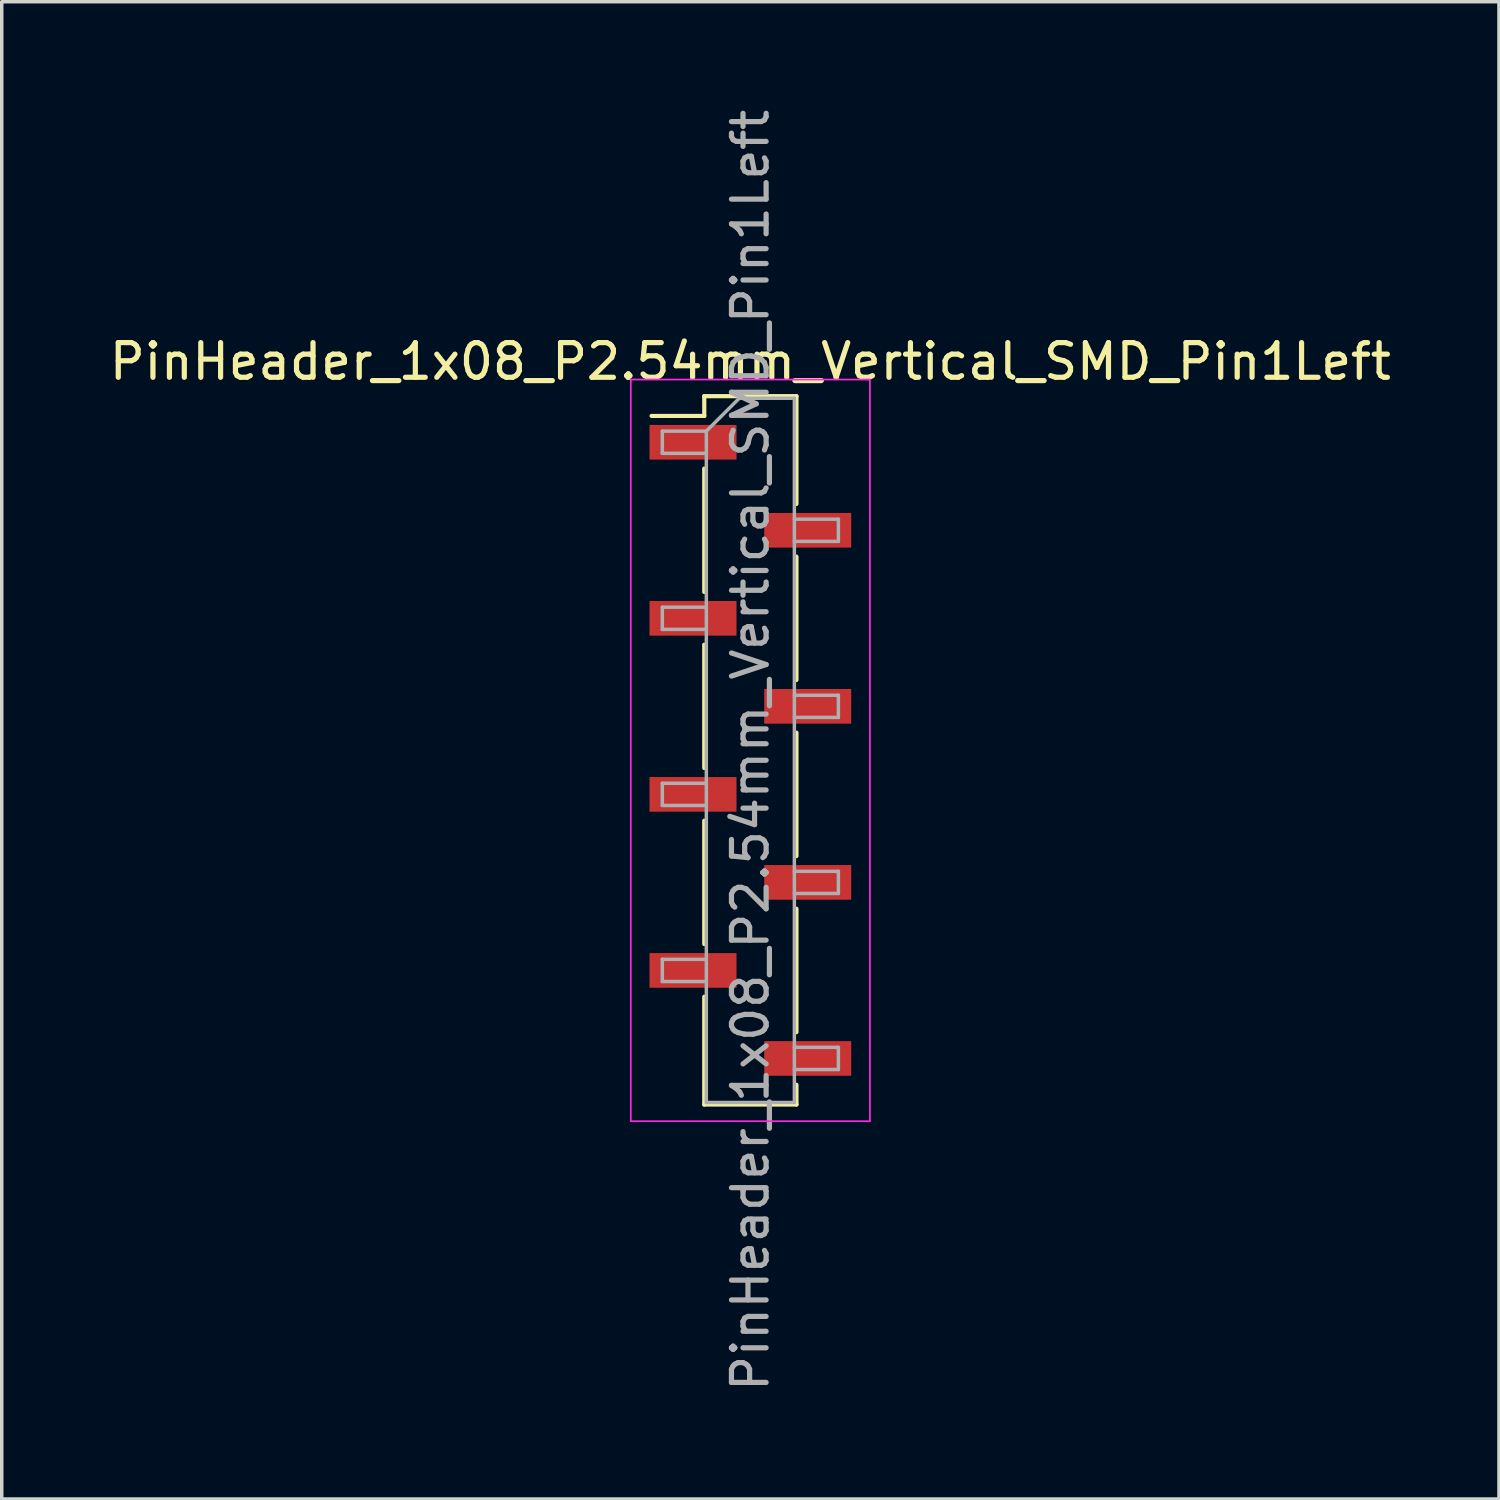
<source format=kicad_pcb>
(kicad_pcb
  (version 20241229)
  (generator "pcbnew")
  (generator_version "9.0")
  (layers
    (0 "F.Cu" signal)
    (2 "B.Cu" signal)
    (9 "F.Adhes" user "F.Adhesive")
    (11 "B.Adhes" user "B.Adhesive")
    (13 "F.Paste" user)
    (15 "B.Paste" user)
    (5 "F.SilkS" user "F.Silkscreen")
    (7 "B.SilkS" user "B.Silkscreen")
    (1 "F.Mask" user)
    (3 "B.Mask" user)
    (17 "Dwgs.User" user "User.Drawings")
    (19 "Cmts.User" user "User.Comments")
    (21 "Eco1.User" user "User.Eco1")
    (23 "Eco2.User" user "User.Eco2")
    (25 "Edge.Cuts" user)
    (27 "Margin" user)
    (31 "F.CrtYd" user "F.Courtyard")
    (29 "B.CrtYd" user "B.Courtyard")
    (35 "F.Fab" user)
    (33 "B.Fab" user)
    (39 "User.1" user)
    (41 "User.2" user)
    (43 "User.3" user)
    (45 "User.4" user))
  (footprint "PinHeader_1x08_P2.54mm_Vertical_SMD_Pin1Left"
    (layer "F.Cu")
    (at 18.601 18.601)
    (property "Reference" "PinHeader_1x08_P2.54mm_Vertical_SMD_Pin1Left" (at 0 -11.22 0) (layer "F.SilkS") (effects (font (size 1 1) (thickness 0.15))))
    (attr smd)
    (fp_line (start -1.33 -10.22) (end -1.33 -9.65) (stroke (width 0.12) (type solid)) (layer "F.SilkS"))
    (fp_line (start -1.33 -10.22) (end 1.33 -10.22) (stroke (width 0.12) (type solid)) (layer "F.SilkS"))
    (fp_line (start -1.33 -9.65) (end -2.85 -9.65) (stroke (width 0.12) (type solid)) (layer "F.SilkS"))
    (fp_line (start -1.33 -8.13) (end -1.33 -4.57) (stroke (width 0.12) (type solid)) (layer "F.SilkS"))
    (fp_line (start -1.33 -3.05) (end -1.33 0.51) (stroke (width 0.12) (type solid)) (layer "F.SilkS"))
    (fp_line (start -1.33 2.03) (end -1.33 5.59) (stroke (width 0.12) (type solid)) (layer "F.SilkS"))
    (fp_line (start -1.33 7.11) (end -1.33 10.22) (stroke (width 0.12) (type solid)) (layer "F.SilkS"))
    (fp_line (start -1.33 10.22) (end 1.33 10.22) (stroke (width 0.12) (type solid)) (layer "F.SilkS"))
    (fp_line (start 1.33 -10.22) (end 1.33 -7.11) (stroke (width 0.12) (type solid)) (layer "F.SilkS"))
    (fp_line (start 1.33 -5.59) (end 1.33 -2.03) (stroke (width 0.12) (type solid)) (layer "F.SilkS"))
    (fp_line (start 1.33 -0.51) (end 1.33 3.05) (stroke (width 0.12) (type solid)) (layer "F.SilkS"))
    (fp_line (start 1.33 4.57) (end 1.33 8.13) (stroke (width 0.12) (type solid)) (layer "F.SilkS"))
    (fp_line (start 1.33 9.65) (end 1.33 10.22) (stroke (width 0.12) (type solid)) (layer "F.SilkS"))
    (fp_line (start -3.45 -10.7) (end -3.45 10.7) (stroke (width 0.05) (type solid)) (layer "F.CrtYd"))
    (fp_line (start -3.45 10.7) (end 3.45 10.7) (stroke (width 0.05) (type solid)) (layer "F.CrtYd"))
    (fp_line (start 3.45 -10.7) (end -3.45 -10.7) (stroke (width 0.05) (type solid)) (layer "F.CrtYd"))
    (fp_line (start 3.45 10.7) (end 3.45 -10.7) (stroke (width 0.05) (type solid)) (layer "F.CrtYd"))
    (fp_line (start -2.54 -9.21) (end -2.54 -8.57) (stroke (width 0.1) (type solid)) (layer "F.Fab"))
    (fp_line (start -2.54 -8.57) (end -1.27 -8.57) (stroke (width 0.1) (type solid)) (layer "F.Fab"))
    (fp_line (start -2.54 -4.13) (end -2.54 -3.49) (stroke (width 0.1) (type solid)) (layer "F.Fab"))
    (fp_line (start -2.54 -3.49) (end -1.27 -3.49) (stroke (width 0.1) (type solid)) (layer "F.Fab"))
    (fp_line (start -2.54 0.95) (end -2.54 1.59) (stroke (width 0.1) (type solid)) (layer "F.Fab"))
    (fp_line (start -2.54 1.59) (end -1.27 1.59) (stroke (width 0.1) (type solid)) (layer "F.Fab"))
    (fp_line (start -2.54 6.03) (end -2.54 6.67) (stroke (width 0.1) (type solid)) (layer "F.Fab"))
    (fp_line (start -2.54 6.67) (end -1.27 6.67) (stroke (width 0.1) (type solid)) (layer "F.Fab"))
    (fp_line (start -1.27 -9.21) (end -2.54 -9.21) (stroke (width 0.1) (type solid)) (layer "F.Fab"))
    (fp_line (start -1.27 -9.21) (end -0.32 -10.16) (stroke (width 0.1) (type solid)) (layer "F.Fab"))
    (fp_line (start -1.27 -4.13) (end -2.54 -4.13) (stroke (width 0.1) (type solid)) (layer "F.Fab"))
    (fp_line (start -1.27 0.95) (end -2.54 0.95) (stroke (width 0.1) (type solid)) (layer "F.Fab"))
    (fp_line (start -1.27 6.03) (end -2.54 6.03) (stroke (width 0.1) (type solid)) (layer "F.Fab"))
    (fp_line (start -1.27 10.16) (end -1.27 -9.21) (stroke (width 0.1) (type solid)) (layer "F.Fab"))
    (fp_line (start -0.32 -10.16) (end 1.27 -10.16) (stroke (width 0.1) (type solid)) (layer "F.Fab"))
    (fp_line (start 1.27 -10.16) (end 1.27 10.16) (stroke (width 0.1) (type solid)) (layer "F.Fab"))
    (fp_line (start 1.27 -6.67) (end 2.54 -6.67) (stroke (width 0.1) (type solid)) (layer "F.Fab"))
    (fp_line (start 1.27 -1.59) (end 2.54 -1.59) (stroke (width 0.1) (type solid)) (layer "F.Fab"))
    (fp_line (start 1.27 3.49) (end 2.54 3.49) (stroke (width 0.1) (type solid)) (layer "F.Fab"))
    (fp_line (start 1.27 8.57) (end 2.54 8.57) (stroke (width 0.1) (type solid)) (layer "F.Fab"))
    (fp_line (start 1.27 10.16) (end -1.27 10.16) (stroke (width 0.1) (type solid)) (layer "F.Fab"))
    (fp_line (start 2.54 -6.67) (end 2.54 -6.03) (stroke (width 0.1) (type solid)) (layer "F.Fab"))
    (fp_line (start 2.54 -6.03) (end 1.27 -6.03) (stroke (width 0.1) (type solid)) (layer "F.Fab"))
    (fp_line (start 2.54 -1.59) (end 2.54 -0.95) (stroke (width 0.1) (type solid)) (layer "F.Fab"))
    (fp_line (start 2.54 -0.95) (end 1.27 -0.95) (stroke (width 0.1) (type solid)) (layer "F.Fab"))
    (fp_line (start 2.54 3.49) (end 2.54 4.13) (stroke (width 0.1) (type solid)) (layer "F.Fab"))
    (fp_line (start 2.54 4.13) (end 1.27 4.13) (stroke (width 0.1) (type solid)) (layer "F.Fab"))
    (fp_line (start 2.54 8.57) (end 2.54 9.21) (stroke (width 0.1) (type solid)) (layer "F.Fab"))
    (fp_line (start 2.54 9.21) (end 1.27 9.21) (stroke (width 0.1) (type solid)) (layer "F.Fab"))
    (fp_text user "${REFERENCE}" (at 0 0 90) (layer "F.Fab") (effects (font (size 1 1) (thickness 0.15))))
    (pad "1" smd rect (at -1.655 -8.89) (size 2.51 1) (layers "F.Cu" "F.Mask" "F.Paste"))
    (pad "2" smd rect (at 1.655 -6.35) (size 2.51 1) (layers "F.Cu" "F.Mask" "F.Paste"))
    (pad "3" smd rect (at -1.655 -3.81) (size 2.51 1) (layers "F.Cu" "F.Mask" "F.Paste"))
    (pad "4" smd rect (at 1.655 -1.27) (size 2.51 1) (layers "F.Cu" "F.Mask" "F.Paste"))
    (pad "5" smd rect (at -1.655 1.27) (size 2.51 1) (layers "F.Cu" "F.Mask" "F.Paste"))
    (pad "6" smd rect (at 1.655 3.81) (size 2.51 1) (layers "F.Cu" "F.Mask" "F.Paste"))
    (pad "7" smd rect (at -1.655 6.35) (size 2.51 1) (layers "F.Cu" "F.Mask" "F.Paste"))
    (pad "8" smd rect (at 1.655 8.89) (size 2.51 1) (layers "F.Cu" "F.Mask" "F.Paste")))
  (gr_rect
    (start -3 -3)
    (end 40.202 40.202)
    (stroke (width 0.1) (type default))
    (fill no)
    (layer "Edge.Cuts")))
</source>
